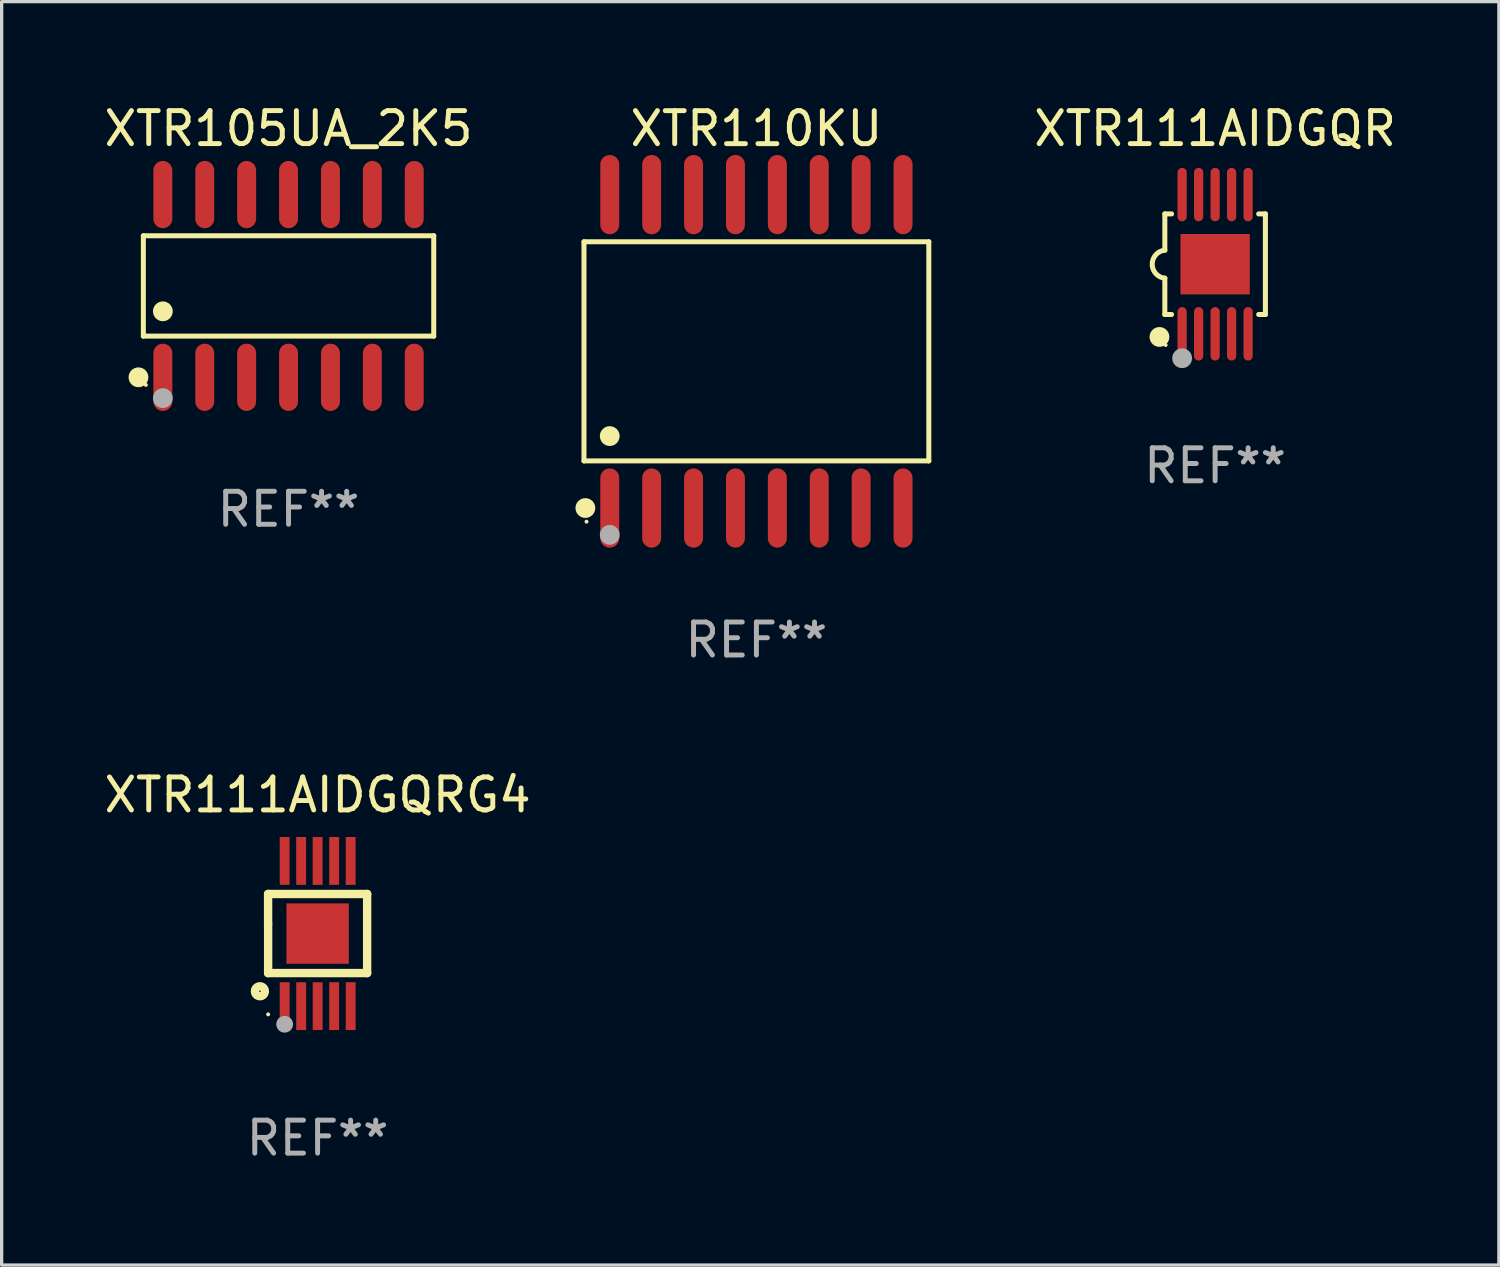
<source format=kicad_pcb>
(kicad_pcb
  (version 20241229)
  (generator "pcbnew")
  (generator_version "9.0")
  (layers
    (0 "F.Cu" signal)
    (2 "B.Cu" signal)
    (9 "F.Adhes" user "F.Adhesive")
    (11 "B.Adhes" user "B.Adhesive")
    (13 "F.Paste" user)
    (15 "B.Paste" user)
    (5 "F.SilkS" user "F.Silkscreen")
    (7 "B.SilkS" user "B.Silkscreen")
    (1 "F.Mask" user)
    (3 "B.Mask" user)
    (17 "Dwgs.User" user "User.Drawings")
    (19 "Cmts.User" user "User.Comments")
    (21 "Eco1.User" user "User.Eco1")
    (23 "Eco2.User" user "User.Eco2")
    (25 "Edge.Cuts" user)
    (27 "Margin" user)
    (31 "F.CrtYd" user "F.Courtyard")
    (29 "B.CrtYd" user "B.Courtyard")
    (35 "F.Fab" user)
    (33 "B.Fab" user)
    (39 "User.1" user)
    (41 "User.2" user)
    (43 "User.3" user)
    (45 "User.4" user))
  (footprint "XTR110KU"
    (layer "F.Cu")
    (at 19.877 7.599)
    (property "Reference" "XTR110KU" (at 0 -6.75 0) (layer "F.SilkS") (effects (font (size 1 1) (thickness 0.15))))
    (attr through_hole)
    (fp_line (start -5.226 -3.321) (end 5.226 -3.321) (stroke (width 0.152) (type solid)) (layer "F.SilkS"))
    (fp_line (start -5.226 3.321) (end -5.226 -3.321) (stroke (width 0.152) (type solid)) (layer "F.SilkS"))
    (fp_line (start 5.226 -3.321) (end 5.226 3.321) (stroke (width 0.152) (type solid)) (layer "F.SilkS"))
    (fp_line (start 5.226 3.321) (end -5.226 3.321) (stroke (width 0.152) (type solid)) (layer "F.SilkS"))
    (fp_circle (center -5.184 4.75) (end -5.034 4.75) (stroke (width 0.3) (type solid)) (fill no) (layer "F.SilkS"))
    (fp_circle (center -5.15 5.163) (end -5.12 5.163) (stroke (width 0.06) (type solid)) (fill no) (layer "F.SilkS"))
    (fp_circle (center -4.445 2.569) (end -4.295 2.569) (stroke (width 0.3) (type solid)) (fill no) (layer "F.SilkS"))
    (fp_circle (center -4.445 5.563) (end -4.295 5.563) (stroke (width 0.3) (type solid)) (fill no) (layer "F.Fab"))
    (fp_text user "REF**" (at 0 8.75 0) (layer "F.Fab") (effects (font (size 1 1) (thickness 0.15))))
    (pad "1" smd oval (at -4.445 4.75) (size 0.574 2.401) (layers "F.Cu" "F.Mask" "F.Paste"))
    (pad "2" smd oval (at -3.175 4.75) (size 0.574 2.401) (layers "F.Cu" "F.Mask" "F.Paste"))
    (pad "3" smd oval (at -1.905 4.75) (size 0.574 2.401) (layers "F.Cu" "F.Mask" "F.Paste"))
    (pad "4" smd oval (at -0.635 4.75) (size 0.574 2.401) (layers "F.Cu" "F.Mask" "F.Paste"))
    (pad "5" smd oval (at 0.635 4.75) (size 0.574 2.401) (layers "F.Cu" "F.Mask" "F.Paste"))
    (pad "6" smd oval (at 1.905 4.75) (size 0.574 2.401) (layers "F.Cu" "F.Mask" "F.Paste"))
    (pad "7" smd oval (at 3.175 4.75) (size 0.574 2.401) (layers "F.Cu" "F.Mask" "F.Paste"))
    (pad "8" smd oval (at 4.445 4.75) (size 0.574 2.401) (layers "F.Cu" "F.Mask" "F.Paste"))
    (pad "9" smd oval (at 4.445 -4.75) (size 0.574 2.401) (layers "F.Cu" "F.Mask" "F.Paste"))
    (pad "10" smd oval (at 3.175 -4.75) (size 0.574 2.401) (layers "F.Cu" "F.Mask" "F.Paste"))
    (pad "11" smd oval (at 1.905 -4.75) (size 0.574 2.401) (layers "F.Cu" "F.Mask" "F.Paste"))
    (pad "12" smd oval (at 0.635 -4.75) (size 0.574 2.401) (layers "F.Cu" "F.Mask" "F.Paste"))
    (pad "13" smd oval (at -0.635 -4.75) (size 0.574 2.401) (layers "F.Cu" "F.Mask" "F.Paste"))
    (pad "14" smd oval (at -1.905 -4.75) (size 0.574 2.401) (layers "F.Cu" "F.Mask" "F.Paste"))
    (pad "15" smd oval (at -3.175 -4.75) (size 0.574 2.401) (layers "F.Cu" "F.Mask" "F.Paste"))
    (pad "16" smd oval (at -4.445 -4.75) (size 0.574 2.401) (layers "F.Cu" "F.Mask" "F.Paste")))
  (footprint "XTR105UA_2K5"
    (layer "F.Cu")
    (at 5.696 5.617)
    (property "Reference" "XTR105UA_2K5" (at 0 -4.769 0) (layer "F.SilkS") (effects (font (size 1 1) (thickness 0.15))))
    (attr through_hole)
    (fp_line (start -4.401 -1.521) (end 4.401 -1.521) (stroke (width 0.152) (type solid)) (layer "F.SilkS"))
    (fp_line (start -4.401 1.521) (end -4.401 -1.521) (stroke (width 0.152) (type solid)) (layer "F.SilkS"))
    (fp_line (start 4.401 -1.521) (end 4.401 1.521) (stroke (width 0.152) (type solid)) (layer "F.SilkS"))
    (fp_line (start 4.401 1.521) (end -4.401 1.521) (stroke (width 0.152) (type solid)) (layer "F.SilkS"))
    (fp_circle (center -4.549 2.769) (end -4.399 2.769) (stroke (width 0.3) (type solid)) (fill no) (layer "F.SilkS"))
    (fp_circle (center -4.325 3) (end -4.295 3) (stroke (width 0.06) (type solid)) (fill no) (layer "F.SilkS"))
    (fp_circle (center -3.81 0.769) (end -3.66 0.769) (stroke (width 0.3) (type solid)) (fill no) (layer "F.SilkS"))
    (fp_circle (center -3.81 3.4) (end -3.66 3.4) (stroke (width 0.3) (type solid)) (fill no) (layer "F.Fab"))
    (fp_text user "REF**" (at 0 6.769 0) (layer "F.Fab") (effects (font (size 1 1) (thickness 0.15))))
    (pad "1" smd oval (at -3.81 2.769) (size 0.574 2.038) (layers "F.Cu" "F.Mask" "F.Paste"))
    (pad "2" smd oval (at -2.54 2.769) (size 0.574 2.038) (layers "F.Cu" "F.Mask" "F.Paste"))
    (pad "3" smd oval (at -1.27 2.769) (size 0.574 2.038) (layers "F.Cu" "F.Mask" "F.Paste"))
    (pad "4" smd oval (at 0 2.769) (size 0.574 2.038) (layers "F.Cu" "F.Mask" "F.Paste"))
    (pad "5" smd oval (at 1.27 2.769) (size 0.574 2.038) (layers "F.Cu" "F.Mask" "F.Paste"))
    (pad "6" smd oval (at 2.54 2.769) (size 0.574 2.038) (layers "F.Cu" "F.Mask" "F.Paste"))
    (pad "7" smd oval (at 3.81 2.769) (size 0.574 2.038) (layers "F.Cu" "F.Mask" "F.Paste"))
    (pad "8" smd oval (at 3.81 -2.769) (size 0.574 2.038) (layers "F.Cu" "F.Mask" "F.Paste"))
    (pad "9" smd oval (at 2.54 -2.769) (size 0.574 2.038) (layers "F.Cu" "F.Mask" "F.Paste"))
    (pad "10" smd oval (at 1.27 -2.769) (size 0.574 2.038) (layers "F.Cu" "F.Mask" "F.Paste"))
    (pad "11" smd oval (at 0 -2.769) (size 0.574 2.038) (layers "F.Cu" "F.Mask" "F.Paste"))
    (pad "12" smd oval (at -1.27 -2.769) (size 0.574 2.038) (layers "F.Cu" "F.Mask" "F.Paste"))
    (pad "13" smd oval (at -2.54 -2.769) (size 0.574 2.038) (layers "F.Cu" "F.Mask" "F.Paste"))
    (pad "14" smd oval (at -3.81 -2.769) (size 0.574 2.038) (layers "F.Cu" "F.Mask" "F.Paste")))
  (footprint "XTR111AIDGQRG4"
    (layer "F.Cu")
    (at 6.577 25.246)
    (property "Reference" "XTR111AIDGQRG4" (at 0 -4.201 0) (layer "F.SilkS") (effects (font (size 1 1) (thickness 0.15))))
    (attr through_hole)
    (fp_line (start -1.501 -1.199) (end -1.501 -0.3) (stroke (width 0.254) (type solid)) (layer "F.SilkS"))
    (fp_line (start -1.501 1.199) (end 1.501 1.199) (stroke (width 0.254) (type solid)) (layer "F.SilkS"))
    (fp_line (start -1.5 1.2) (end -1.5 -0.3) (stroke (width 0.254) (type solid)) (layer "F.SilkS"))
    (fp_line (start 1.501 -1.199) (end -1.501 -1.199) (stroke (width 0.254) (type solid)) (layer "F.SilkS"))
    (fp_line (start 1.501 1.199) (end 1.501 -1.199) (stroke (width 0.254) (type solid)) (layer "F.SilkS"))
    (fp_circle (center -1.749 1.75) (end -1.599 1.75) (stroke (width 0.254) (type solid)) (fill no) (layer "F.SilkS"))
    (fp_circle (center -1.499 2.45) (end -1.469 2.45) (stroke (width 0.06) (type solid)) (fill no) (layer "F.SilkS"))
    (fp_circle (center -0.999 2.75) (end -0.872 2.75) (stroke (width 0.254) (type solid)) (fill no) (layer "F.Fab"))
    (fp_text user "REF**" (at 0 6.201 0) (layer "F.Fab") (effects (font (size 1 1) (thickness 0.15))))
    (pad "1" smd rect (at -0.998 2.201) (size 0.3 1.45) (layers "F.Cu" "F.Mask" "F.Paste"))
    (pad "2" smd rect (at -0.498 2.201) (size 0.3 1.45) (layers "F.Cu" "F.Mask" "F.Paste"))
    (pad "3" smd rect (at 0.002 2.201) (size 0.3 1.45) (layers "F.Cu" "F.Mask" "F.Paste"))
    (pad "4" smd rect (at 0.502 2.201) (size 0.3 1.45) (layers "F.Cu" "F.Mask" "F.Paste"))
    (pad "5" smd rect (at 1.002 2.201) (size 0.3 1.45) (layers "F.Cu" "F.Mask" "F.Paste"))
    (pad "6" smd rect (at 1.002 -2.201) (size 0.3 1.45) (layers "F.Cu" "F.Mask" "F.Paste"))
    (pad "7" smd rect (at 0.502 -2.201) (size 0.3 1.45) (layers "F.Cu" "F.Mask" "F.Paste"))
    (pad "8" smd rect (at 0.001 -2.201) (size 0.3 1.45) (layers "F.Cu" "F.Mask" "F.Paste"))
    (pad "9" smd rect (at -0.499 -2.201) (size 0.3 1.45) (layers "F.Cu" "F.Mask" "F.Paste"))
    (pad "10" smd rect (at -0.999 -2.201) (size 0.3 1.45) (layers "F.Cu" "F.Mask" "F.Paste"))
    (pad "11" smd rect (at 0.000381 0.001) (size 1.89 1.83) (layers "F.Cu" "F.Mask" "F.Paste")))
  (footprint "XTR111AIDGQR"
    (layer "F.Cu")
    (at 33.781 4.958)
    (property "Reference" "XTR111AIDGQR" (at 0 -4.11 0) (layer "F.SilkS") (effects (font (size 1 1) (thickness 0.15))))
    (attr through_hole)
    (fp_line (start -1.524 -1.524) (end -1.524 -0.424) (stroke (width 0.152) (type solid)) (layer "F.SilkS"))
    (fp_line (start -1.524 1.524) (end -1.524 0.424) (stroke (width 0.152) (type solid)) (layer "F.SilkS"))
    (fp_line (start -1.524 1.524) (end -1.32 1.524) (stroke (width 0.152) (type solid)) (layer "F.SilkS"))
    (fp_line (start -1.32 -1.524) (end -1.524 -1.524) (stroke (width 0.152) (type solid)) (layer "F.SilkS"))
    (fp_line (start 1.32 1.524) (end 1.524 1.524) (stroke (width 0.152) (type solid)) (layer "F.SilkS"))
    (fp_line (start 1.524 -1.524) (end 1.32 -1.524) (stroke (width 0.152) (type solid)) (layer "F.SilkS"))
    (fp_line (start 1.524 1.524) (end 1.524 -1.524) (stroke (width 0.152) (type solid)) (layer "F.SilkS"))
    (fp_arc (start -1.524003 0.424003) (mid -1.906663 -0.000089) (end -1.524004 -0.424181) (stroke (width 0.151994) (type solid)) (layer "F.SilkS"))
    (fp_circle (center -1.687 2.205) (end -1.537 2.205) (stroke (width 0.3) (type solid)) (fill no) (layer "F.SilkS"))
    (fp_circle (center -1.5 2.45) (end -1.47 2.45) (stroke (width 0.06) (type solid)) (fill no) (layer "F.SilkS"))
    (fp_circle (center -1 2.85) (end -0.85 2.85) (stroke (width 0.3) (type solid)) (fill no) (layer "F.Fab"))
    (fp_text user "REF**" (at 0 6.11 0) (layer "F.Fab") (effects (font (size 1 1) (thickness 0.15))))
    (pad "1" smd oval (at -1 2.11) (size 0.28 1.62) (layers "F.Cu" "F.Mask" "F.Paste"))
    (pad "2" smd oval (at -0.5 2.11) (size 0.28 1.62) (layers "F.Cu" "F.Mask" "F.Paste"))
    (pad "3" smd oval (at 0 2.11) (size 0.28 1.62) (layers "F.Cu" "F.Mask" "F.Paste"))
    (pad "4" smd oval (at 0.5 2.11) (size 0.28 1.62) (layers "F.Cu" "F.Mask" "F.Paste"))
    (pad "5" smd oval (at 1 2.11) (size 0.28 1.62) (layers "F.Cu" "F.Mask" "F.Paste"))
    (pad "6" smd oval (at 1 -2.11) (size 0.28 1.62) (layers "F.Cu" "F.Mask" "F.Paste"))
    (pad "7" smd oval (at 0.5 -2.11) (size 0.28 1.62) (layers "F.Cu" "F.Mask" "F.Paste"))
    (pad "8" smd oval (at 0 -2.11) (size 0.28 1.62) (layers "F.Cu" "F.Mask" "F.Paste"))
    (pad "9" smd oval (at -0.5 -2.11) (size 0.28 1.62) (layers "F.Cu" "F.Mask" "F.Paste"))
    (pad "10" smd oval (at -1 -2.11) (size 0.28 1.62) (layers "F.Cu" "F.Mask" "F.Paste"))
    (pad "11" smd rect (at 0 0) (size 2.1 1.83) (layers "F.Cu" "F.Mask" "F.Paste")))
  (gr_rect
    (start -3 -3)
    (end 42.382 35.295)
    (stroke (width 0.1) (type default))
    (fill no)
    (layer "Edge.Cuts")))
</source>
